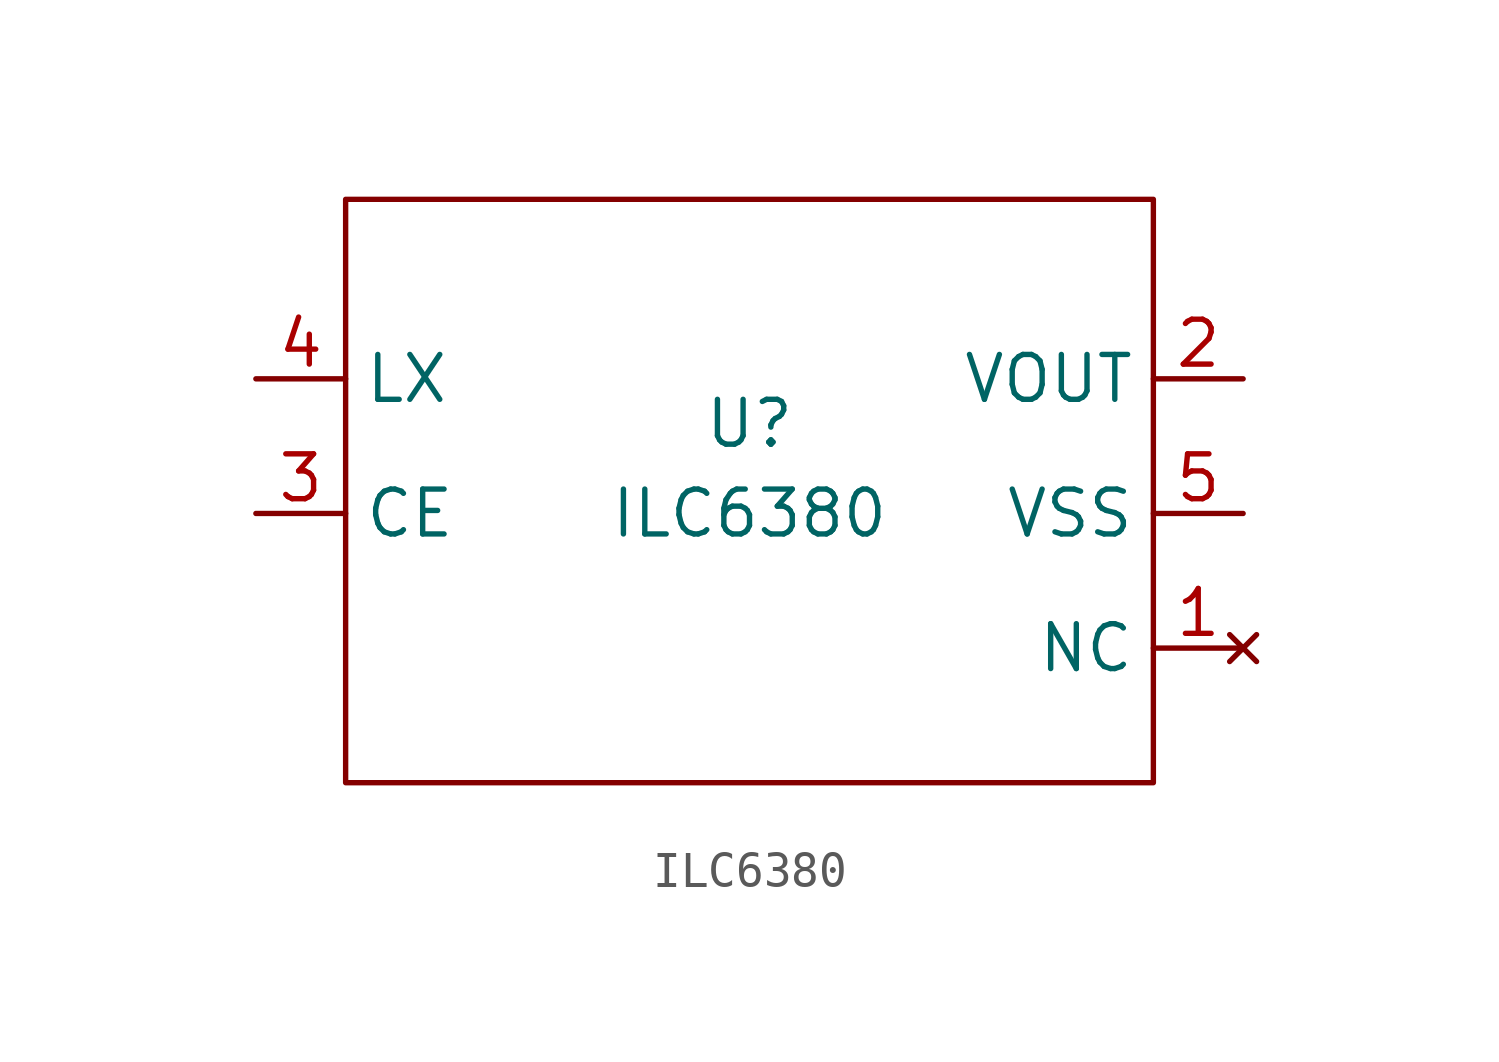
<source format=kicad_sym>
(kicad_symbol_lib
  (version 20211014)
  (generator kicad_symbol_editor)
  (symbol "ILC6380"
    (property "Reference" "U"
      (at 0 2.54 0)
      (effects (font (size 1.27 1.27))))
    (property "Value" "ILC6380"
      (at 0 0 0)
      (effects (font (size 1.27 1.27))))
    (symbol "ILC6380_0_1"
      (rectangle (start -11.43 8.89) (end 11.43 -7.62) (stroke (width 0) (type default) (color 0 0 0 0)) (fill (type none))))
    (symbol "ILC6380_1_1"
      (pin no_connect line (at 13.97 -3.81 180) (length 2.54) (name "NC" (effects (font (size 1.27 1.27)))) (number "1" (effects (font (size 1.27 1.27)))))
      (pin output line (at 13.97 3.81 180) (length 2.54) (name "VOUT" (effects (font (size 1.27 1.27)))) (number "2" (effects (font (size 1.27 1.27)))))
      (pin input line (at -13.97 0 0) (length 2.54) (name "CE" (effects (font (size 1.27 1.27)))) (number "3" (effects (font (size 1.27 1.27)))))
      (pin input line (at -13.97 3.81 0) (length 2.54) (name "LX" (effects (font (size 1.27 1.27)))) (number "4" (effects (font (size 1.27 1.27)))))
      (pin input line (at 13.97 0 180) (length 2.54) (name "VSS" (effects (font (size 1.27 1.27)))) (number "5" (effects (font (size 1.27 1.27))))))))
</source>
